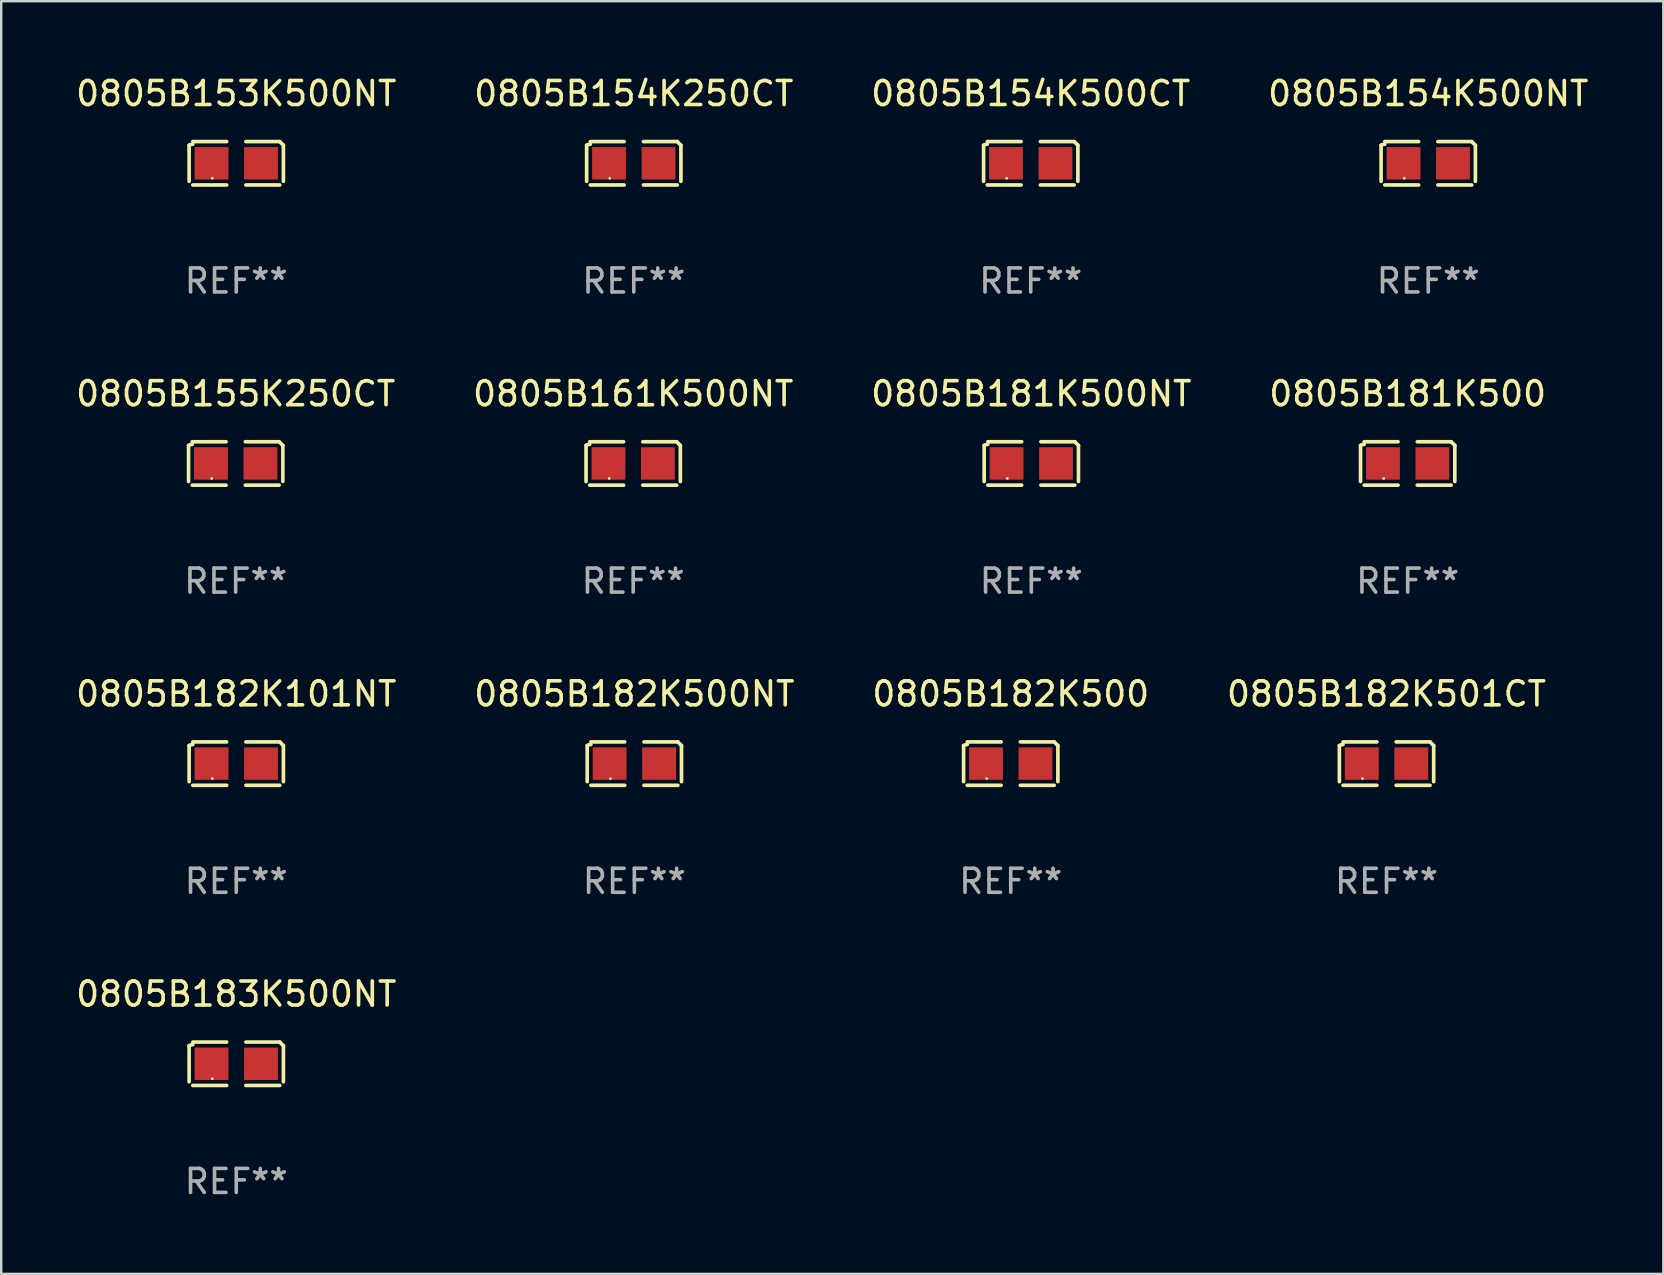
<source format=kicad_pcb>
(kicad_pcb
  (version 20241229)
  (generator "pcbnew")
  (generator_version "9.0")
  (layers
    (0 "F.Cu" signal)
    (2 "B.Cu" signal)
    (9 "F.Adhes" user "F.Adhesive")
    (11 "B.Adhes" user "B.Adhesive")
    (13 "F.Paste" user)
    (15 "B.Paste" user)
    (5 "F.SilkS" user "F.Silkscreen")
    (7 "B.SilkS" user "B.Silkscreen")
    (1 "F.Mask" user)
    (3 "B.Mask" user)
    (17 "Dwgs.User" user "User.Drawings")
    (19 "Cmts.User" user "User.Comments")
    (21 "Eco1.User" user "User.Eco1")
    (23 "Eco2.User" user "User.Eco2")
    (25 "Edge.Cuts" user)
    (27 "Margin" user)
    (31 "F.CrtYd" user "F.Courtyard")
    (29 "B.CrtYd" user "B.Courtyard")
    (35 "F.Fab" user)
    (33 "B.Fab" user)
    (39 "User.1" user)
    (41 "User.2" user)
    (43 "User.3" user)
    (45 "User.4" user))
  (footprint "0805B181K500"
    (layer "F.Cu")
    (at 55.589 16.256)
    (property "Reference" "0805B181K500" (at 0 -2.904 0) (layer "F.SilkS") (effects (font (size 1 1) (thickness 0.15))))
    (attr through_hole)
    (fp_line (start -1.964 0.751) (end -1.964 -0.751) (stroke (width 0.152) (type solid)) (layer "F.SilkS"))
    (fp_line (start -1.811 -0.904) (end -0.401 -0.904) (stroke (width 0.152) (type solid)) (layer "F.SilkS"))
    (fp_line (start -0.401 0.904) (end -1.811 0.904) (stroke (width 0.152) (type solid)) (layer "F.SilkS"))
    (fp_line (start 0.401 0.904) (end 1.811 0.904) (stroke (width 0.152) (type solid)) (layer "F.SilkS"))
    (fp_line (start 1.811 -0.904) (end 0.401 -0.904) (stroke (width 0.152) (type solid)) (layer "F.SilkS"))
    (fp_line (start 1.964 0.751) (end 1.964 -0.751) (stroke (width 0.152) (type solid)) (layer "F.SilkS"))
    (fp_arc (start -1.963602 -0.751207) (mid -1.890354 -0.783131) (end -1.811201 -0.794044) (stroke (width 0.1524) (type solid)) (layer "F.SilkS"))
    (fp_arc (start 1.811202 -0.903607) (mid 1.887413 -0.827418) (end 1.963602 -0.751207) (stroke (width 0.1524) (type solid)) (layer "F.SilkS"))
    (fp_circle (center -1 0.625) (end -0.97 0.625) (stroke (width 0.06) (type solid)) (fill no) (layer "F.SilkS"))
    (fp_text user "REF**" (at 0 4.904 0) (layer "F.Fab") (effects (font (size 1 1) (thickness 0.15))))
    (pad "1" smd rect (at -1.03 0) (size 1.41 1.35) (layers "F.Cu" "F.Mask" "F.Paste"))
    (pad "2" smd rect (at 1.03 0) (size 1.41 1.35) (layers "F.Cu" "F.Mask" "F.Paste")))
  (footprint "0805B154K500CT"
    (layer "F.Cu")
    (at 39.887 3.752)
    (property "Reference" "0805B154K500CT" (at 0 -2.904 0) (layer "F.SilkS") (effects (font (size 1 1) (thickness 0.15))))
    (attr through_hole)
    (fp_line (start -1.964 0.751) (end -1.964 -0.751) (stroke (width 0.152) (type solid)) (layer "F.SilkS"))
    (fp_line (start -1.811 -0.904) (end -0.401 -0.904) (stroke (width 0.152) (type solid)) (layer "F.SilkS"))
    (fp_line (start -0.401 0.904) (end -1.811 0.904) (stroke (width 0.152) (type solid)) (layer "F.SilkS"))
    (fp_line (start 0.401 0.904) (end 1.811 0.904) (stroke (width 0.152) (type solid)) (layer "F.SilkS"))
    (fp_line (start 1.811 -0.904) (end 0.401 -0.904) (stroke (width 0.152) (type solid)) (layer "F.SilkS"))
    (fp_line (start 1.964 0.751) (end 1.964 -0.751) (stroke (width 0.152) (type solid)) (layer "F.SilkS"))
    (fp_arc (start -1.963602 -0.751207) (mid -1.890354 -0.783131) (end -1.811201 -0.794044) (stroke (width 0.1524) (type solid)) (layer "F.SilkS"))
    (fp_arc (start 1.811202 -0.903607) (mid 1.887413 -0.827418) (end 1.963602 -0.751207) (stroke (width 0.1524) (type solid)) (layer "F.SilkS"))
    (fp_circle (center -1 0.625) (end -0.97 0.625) (stroke (width 0.06) (type solid)) (fill no) (layer "F.SilkS"))
    (fp_text user "REF**" (at 0 4.904 0) (layer "F.Fab") (effects (font (size 1 1) (thickness 0.15))))
    (pad "1" smd rect (at -1.03 0) (size 1.41 1.35) (layers "F.Cu" "F.Mask" "F.Paste"))
    (pad "2" smd rect (at 1.03 0) (size 1.41 1.35) (layers "F.Cu" "F.Mask" "F.Paste")))
  (footprint "0805B182K101NT"
    (layer "F.Cu")
    (at 6.792 28.759)
    (property "Reference" "0805B182K101NT" (at 0 -2.904 0) (layer "F.SilkS") (effects (font (size 1 1) (thickness 0.15))))
    (attr through_hole)
    (fp_line (start -1.964 0.751) (end -1.964 -0.751) (stroke (width 0.152) (type solid)) (layer "F.SilkS"))
    (fp_line (start -1.811 -0.904) (end -0.401 -0.904) (stroke (width 0.152) (type solid)) (layer "F.SilkS"))
    (fp_line (start -0.401 0.904) (end -1.811 0.904) (stroke (width 0.152) (type solid)) (layer "F.SilkS"))
    (fp_line (start 0.401 0.904) (end 1.811 0.904) (stroke (width 0.152) (type solid)) (layer "F.SilkS"))
    (fp_line (start 1.811 -0.904) (end 0.401 -0.904) (stroke (width 0.152) (type solid)) (layer "F.SilkS"))
    (fp_line (start 1.964 0.751) (end 1.964 -0.751) (stroke (width 0.152) (type solid)) (layer "F.SilkS"))
    (fp_arc (start -1.963602 -0.751207) (mid -1.890354 -0.783131) (end -1.811201 -0.794044) (stroke (width 0.1524) (type solid)) (layer "F.SilkS"))
    (fp_arc (start 1.811202 -0.903607) (mid 1.887413 -0.827418) (end 1.963602 -0.751207) (stroke (width 0.1524) (type solid)) (layer "F.SilkS"))
    (fp_circle (center -1 0.625) (end -0.97 0.625) (stroke (width 0.06) (type solid)) (fill no) (layer "F.SilkS"))
    (fp_text user "REF**" (at 0 4.904 0) (layer "F.Fab") (effects (font (size 1 1) (thickness 0.15))))
    (pad "1" smd rect (at -1.03 0) (size 1.41 1.35) (layers "F.Cu" "F.Mask" "F.Paste"))
    (pad "2" smd rect (at 1.03 0) (size 1.41 1.35) (layers "F.Cu" "F.Mask" "F.Paste")))
  (footprint "0805B154K500NT"
    (layer "F.Cu")
    (at 56.446 3.752)
    (property "Reference" "0805B154K500NT" (at 0 -2.904 0) (layer "F.SilkS") (effects (font (size 1 1) (thickness 0.15))))
    (attr through_hole)
    (fp_line (start -1.964 0.751) (end -1.964 -0.751) (stroke (width 0.152) (type solid)) (layer "F.SilkS"))
    (fp_line (start -1.811 -0.904) (end -0.401 -0.904) (stroke (width 0.152) (type solid)) (layer "F.SilkS"))
    (fp_line (start -0.401 0.904) (end -1.811 0.904) (stroke (width 0.152) (type solid)) (layer "F.SilkS"))
    (fp_line (start 0.401 0.904) (end 1.811 0.904) (stroke (width 0.152) (type solid)) (layer "F.SilkS"))
    (fp_line (start 1.811 -0.904) (end 0.401 -0.904) (stroke (width 0.152) (type solid)) (layer "F.SilkS"))
    (fp_line (start 1.964 0.751) (end 1.964 -0.751) (stroke (width 0.152) (type solid)) (layer "F.SilkS"))
    (fp_arc (start -1.963602 -0.751207) (mid -1.890354 -0.783131) (end -1.811201 -0.794044) (stroke (width 0.1524) (type solid)) (layer "F.SilkS"))
    (fp_arc (start 1.811202 -0.903607) (mid 1.887413 -0.827418) (end 1.963602 -0.751207) (stroke (width 0.1524) (type solid)) (layer "F.SilkS"))
    (fp_circle (center -1 0.625) (end -0.97 0.625) (stroke (width 0.06) (type solid)) (fill no) (layer "F.SilkS"))
    (fp_text user "REF**" (at 0 4.904 0) (layer "F.Fab") (effects (font (size 1 1) (thickness 0.15))))
    (pad "1" smd rect (at -1.03 0) (size 1.41 1.35) (layers "F.Cu" "F.Mask" "F.Paste"))
    (pad "2" smd rect (at 1.03 0) (size 1.41 1.35) (layers "F.Cu" "F.Mask" "F.Paste")))
  (footprint "0805B161K500NT"
    (layer "F.Cu")
    (at 23.327 16.256)
    (property "Reference" "0805B161K500NT" (at 0 -2.904 0) (layer "F.SilkS") (effects (font (size 1 1) (thickness 0.15))))
    (attr through_hole)
    (fp_line (start -1.964 0.751) (end -1.964 -0.751) (stroke (width 0.152) (type solid)) (layer "F.SilkS"))
    (fp_line (start -1.811 -0.904) (end -0.401 -0.904) (stroke (width 0.152) (type solid)) (layer "F.SilkS"))
    (fp_line (start -0.401 0.904) (end -1.811 0.904) (stroke (width 0.152) (type solid)) (layer "F.SilkS"))
    (fp_line (start 0.401 0.904) (end 1.811 0.904) (stroke (width 0.152) (type solid)) (layer "F.SilkS"))
    (fp_line (start 1.811 -0.904) (end 0.401 -0.904) (stroke (width 0.152) (type solid)) (layer "F.SilkS"))
    (fp_line (start 1.964 0.751) (end 1.964 -0.751) (stroke (width 0.152) (type solid)) (layer "F.SilkS"))
    (fp_arc (start -1.963602 -0.751207) (mid -1.890354 -0.783131) (end -1.811201 -0.794044) (stroke (width 0.1524) (type solid)) (layer "F.SilkS"))
    (fp_arc (start 1.811202 -0.903607) (mid 1.887413 -0.827418) (end 1.963602 -0.751207) (stroke (width 0.1524) (type solid)) (layer "F.SilkS"))
    (fp_circle (center -1 0.625) (end -0.97 0.625) (stroke (width 0.06) (type solid)) (fill no) (layer "F.SilkS"))
    (fp_text user "REF**" (at 0 4.904 0) (layer "F.Fab") (effects (font (size 1 1) (thickness 0.15))))
    (pad "1" smd rect (at -1.03 0) (size 1.41 1.35) (layers "F.Cu" "F.Mask" "F.Paste"))
    (pad "2" smd rect (at 1.03 0) (size 1.41 1.35) (layers "F.Cu" "F.Mask" "F.Paste")))
  (footprint "0805B154K250CT"
    (layer "F.Cu")
    (at 23.351 3.752)
    (property "Reference" "0805B154K250CT" (at 0 -2.904 0) (layer "F.SilkS") (effects (font (size 1 1) (thickness 0.15))))
    (attr through_hole)
    (fp_line (start -1.964 0.751) (end -1.964 -0.751) (stroke (width 0.152) (type solid)) (layer "F.SilkS"))
    (fp_line (start -1.811 -0.904) (end -0.401 -0.904) (stroke (width 0.152) (type solid)) (layer "F.SilkS"))
    (fp_line (start -0.401 0.904) (end -1.811 0.904) (stroke (width 0.152) (type solid)) (layer "F.SilkS"))
    (fp_line (start 0.401 0.904) (end 1.811 0.904) (stroke (width 0.152) (type solid)) (layer "F.SilkS"))
    (fp_line (start 1.811 -0.904) (end 0.401 -0.904) (stroke (width 0.152) (type solid)) (layer "F.SilkS"))
    (fp_line (start 1.964 0.751) (end 1.964 -0.751) (stroke (width 0.152) (type solid)) (layer "F.SilkS"))
    (fp_arc (start -1.963602 -0.751207) (mid -1.890354 -0.783131) (end -1.811201 -0.794044) (stroke (width 0.1524) (type solid)) (layer "F.SilkS"))
    (fp_arc (start 1.811202 -0.903607) (mid 1.887413 -0.827418) (end 1.963602 -0.751207) (stroke (width 0.1524) (type solid)) (layer "F.SilkS"))
    (fp_circle (center -1 0.625) (end -0.97 0.625) (stroke (width 0.06) (type solid)) (fill no) (layer "F.SilkS"))
    (fp_text user "REF**" (at 0 4.904 0) (layer "F.Fab") (effects (font (size 1 1) (thickness 0.15))))
    (pad "1" smd rect (at -1.03 0) (size 1.41 1.35) (layers "F.Cu" "F.Mask" "F.Paste"))
    (pad "2" smd rect (at 1.03 0) (size 1.41 1.35) (layers "F.Cu" "F.Mask" "F.Paste")))
  (footprint "0805B182K501CT"
    (layer "F.Cu")
    (at 54.708 28.759)
    (property "Reference" "0805B182K501CT" (at 0 -2.904 0) (layer "F.SilkS") (effects (font (size 1 1) (thickness 0.15))))
    (attr through_hole)
    (fp_line (start -1.964 0.751) (end -1.964 -0.751) (stroke (width 0.152) (type solid)) (layer "F.SilkS"))
    (fp_line (start -1.811 -0.904) (end -0.401 -0.904) (stroke (width 0.152) (type solid)) (layer "F.SilkS"))
    (fp_line (start -0.401 0.904) (end -1.811 0.904) (stroke (width 0.152) (type solid)) (layer "F.SilkS"))
    (fp_line (start 0.401 0.904) (end 1.811 0.904) (stroke (width 0.152) (type solid)) (layer "F.SilkS"))
    (fp_line (start 1.811 -0.904) (end 0.401 -0.904) (stroke (width 0.152) (type solid)) (layer "F.SilkS"))
    (fp_line (start 1.964 0.751) (end 1.964 -0.751) (stroke (width 0.152) (type solid)) (layer "F.SilkS"))
    (fp_arc (start -1.963602 -0.751207) (mid -1.890354 -0.783131) (end -1.811201 -0.794044) (stroke (width 0.1524) (type solid)) (layer "F.SilkS"))
    (fp_arc (start 1.811202 -0.903607) (mid 1.887413 -0.827418) (end 1.963602 -0.751207) (stroke (width 0.1524) (type solid)) (layer "F.SilkS"))
    (fp_circle (center -1 0.625) (end -0.97 0.625) (stroke (width 0.06) (type solid)) (fill no) (layer "F.SilkS"))
    (fp_text user "REF**" (at 0 4.904 0) (layer "F.Fab") (effects (font (size 1 1) (thickness 0.15))))
    (pad "1" smd rect (at -1.03 0) (size 1.41 1.35) (layers "F.Cu" "F.Mask" "F.Paste"))
    (pad "2" smd rect (at 1.03 0) (size 1.41 1.35) (layers "F.Cu" "F.Mask" "F.Paste")))
  (footprint "0805B153K500NT"
    (layer "F.Cu")
    (at 6.792 3.752)
    (property "Reference" "0805B153K500NT" (at 0 -2.904 0) (layer "F.SilkS") (effects (font (size 1 1) (thickness 0.15))))
    (attr through_hole)
    (fp_line (start -1.964 0.751) (end -1.964 -0.751) (stroke (width 0.152) (type solid)) (layer "F.SilkS"))
    (fp_line (start -1.811 -0.904) (end -0.401 -0.904) (stroke (width 0.152) (type solid)) (layer "F.SilkS"))
    (fp_line (start -0.401 0.904) (end -1.811 0.904) (stroke (width 0.152) (type solid)) (layer "F.SilkS"))
    (fp_line (start 0.401 0.904) (end 1.811 0.904) (stroke (width 0.152) (type solid)) (layer "F.SilkS"))
    (fp_line (start 1.811 -0.904) (end 0.401 -0.904) (stroke (width 0.152) (type solid)) (layer "F.SilkS"))
    (fp_line (start 1.964 0.751) (end 1.964 -0.751) (stroke (width 0.152) (type solid)) (layer "F.SilkS"))
    (fp_arc (start -1.963602 -0.751207) (mid -1.890354 -0.783131) (end -1.811201 -0.794044) (stroke (width 0.1524) (type solid)) (layer "F.SilkS"))
    (fp_arc (start 1.811202 -0.903607) (mid 1.887413 -0.827418) (end 1.963602 -0.751207) (stroke (width 0.1524) (type solid)) (layer "F.SilkS"))
    (fp_circle (center -1 0.625) (end -0.97 0.625) (stroke (width 0.06) (type solid)) (fill no) (layer "F.SilkS"))
    (fp_text user "REF**" (at 0 4.904 0) (layer "F.Fab") (effects (font (size 1 1) (thickness 0.15))))
    (pad "1" smd rect (at -1.03 0) (size 1.41 1.35) (layers "F.Cu" "F.Mask" "F.Paste"))
    (pad "2" smd rect (at 1.03 0) (size 1.41 1.35) (layers "F.Cu" "F.Mask" "F.Paste")))
  (footprint "0805B181K500NT"
    (layer "F.Cu")
    (at 39.911 16.256)
    (property "Reference" "0805B181K500NT" (at 0 -2.904 0) (layer "F.SilkS") (effects (font (size 1 1) (thickness 0.15))))
    (attr through_hole)
    (fp_line (start -1.964 0.751) (end -1.964 -0.751) (stroke (width 0.152) (type solid)) (layer "F.SilkS"))
    (fp_line (start -1.811 -0.904) (end -0.401 -0.904) (stroke (width 0.152) (type solid)) (layer "F.SilkS"))
    (fp_line (start -0.401 0.904) (end -1.811 0.904) (stroke (width 0.152) (type solid)) (layer "F.SilkS"))
    (fp_line (start 0.401 0.904) (end 1.811 0.904) (stroke (width 0.152) (type solid)) (layer "F.SilkS"))
    (fp_line (start 1.811 -0.904) (end 0.401 -0.904) (stroke (width 0.152) (type solid)) (layer "F.SilkS"))
    (fp_line (start 1.964 0.751) (end 1.964 -0.751) (stroke (width 0.152) (type solid)) (layer "F.SilkS"))
    (fp_arc (start -1.963602 -0.751207) (mid -1.890354 -0.783131) (end -1.811201 -0.794044) (stroke (width 0.1524) (type solid)) (layer "F.SilkS"))
    (fp_arc (start 1.811202 -0.903607) (mid 1.887413 -0.827418) (end 1.963602 -0.751207) (stroke (width 0.1524) (type solid)) (layer "F.SilkS"))
    (fp_circle (center -1 0.625) (end -0.97 0.625) (stroke (width 0.06) (type solid)) (fill no) (layer "F.SilkS"))
    (fp_text user "REF**" (at 0 4.904 0) (layer "F.Fab") (effects (font (size 1 1) (thickness 0.15))))
    (pad "1" smd rect (at -1.03 0) (size 1.41 1.35) (layers "F.Cu" "F.Mask" "F.Paste"))
    (pad "2" smd rect (at 1.03 0) (size 1.41 1.35) (layers "F.Cu" "F.Mask" "F.Paste")))
  (footprint "0805B183K500NT"
    (layer "F.Cu")
    (at 6.792 41.263)
    (property "Reference" "0805B183K500NT" (at 0 -2.904 0) (layer "F.SilkS") (effects (font (size 1 1) (thickness 0.15))))
    (attr through_hole)
    (fp_line (start -1.964 0.751) (end -1.964 -0.751) (stroke (width 0.152) (type solid)) (layer "F.SilkS"))
    (fp_line (start -1.811 -0.904) (end -0.401 -0.904) (stroke (width 0.152) (type solid)) (layer "F.SilkS"))
    (fp_line (start -0.401 0.904) (end -1.811 0.904) (stroke (width 0.152) (type solid)) (layer "F.SilkS"))
    (fp_line (start 0.401 0.904) (end 1.811 0.904) (stroke (width 0.152) (type solid)) (layer "F.SilkS"))
    (fp_line (start 1.811 -0.904) (end 0.401 -0.904) (stroke (width 0.152) (type solid)) (layer "F.SilkS"))
    (fp_line (start 1.964 0.751) (end 1.964 -0.751) (stroke (width 0.152) (type solid)) (layer "F.SilkS"))
    (fp_arc (start -1.963602 -0.751207) (mid -1.890354 -0.783131) (end -1.811201 -0.794044) (stroke (width 0.1524) (type solid)) (layer "F.SilkS"))
    (fp_arc (start 1.811202 -0.903607) (mid 1.887413 -0.827418) (end 1.963602 -0.751207) (stroke (width 0.1524) (type solid)) (layer "F.SilkS"))
    (fp_circle (center -1 0.625) (end -0.97 0.625) (stroke (width 0.06) (type solid)) (fill no) (layer "F.SilkS"))
    (fp_text user "REF**" (at 0 4.904 0) (layer "F.Fab") (effects (font (size 1 1) (thickness 0.15))))
    (pad "1" smd rect (at -1.03 0) (size 1.41 1.35) (layers "F.Cu" "F.Mask" "F.Paste"))
    (pad "2" smd rect (at 1.03 0) (size 1.41 1.35) (layers "F.Cu" "F.Mask" "F.Paste")))
  (footprint "0805B182K500NT"
    (layer "F.Cu")
    (at 23.375 28.759)
    (property "Reference" "0805B182K500NT" (at 0 -2.904 0) (layer "F.SilkS") (effects (font (size 1 1) (thickness 0.15))))
    (attr through_hole)
    (fp_line (start -1.964 0.751) (end -1.964 -0.751) (stroke (width 0.152) (type solid)) (layer "F.SilkS"))
    (fp_line (start -1.811 -0.904) (end -0.401 -0.904) (stroke (width 0.152) (type solid)) (layer "F.SilkS"))
    (fp_line (start -0.401 0.904) (end -1.811 0.904) (stroke (width 0.152) (type solid)) (layer "F.SilkS"))
    (fp_line (start 0.401 0.904) (end 1.811 0.904) (stroke (width 0.152) (type solid)) (layer "F.SilkS"))
    (fp_line (start 1.811 -0.904) (end 0.401 -0.904) (stroke (width 0.152) (type solid)) (layer "F.SilkS"))
    (fp_line (start 1.964 0.751) (end 1.964 -0.751) (stroke (width 0.152) (type solid)) (layer "F.SilkS"))
    (fp_arc (start -1.963602 -0.751207) (mid -1.890354 -0.783131) (end -1.811201 -0.794044) (stroke (width 0.1524) (type solid)) (layer "F.SilkS"))
    (fp_arc (start 1.811202 -0.903607) (mid 1.887413 -0.827418) (end 1.963602 -0.751207) (stroke (width 0.1524) (type solid)) (layer "F.SilkS"))
    (fp_circle (center -1 0.625) (end -0.97 0.625) (stroke (width 0.06) (type solid)) (fill no) (layer "F.SilkS"))
    (fp_text user "REF**" (at 0 4.904 0) (layer "F.Fab") (effects (font (size 1 1) (thickness 0.15))))
    (pad "1" smd rect (at -1.03 0) (size 1.41 1.35) (layers "F.Cu" "F.Mask" "F.Paste"))
    (pad "2" smd rect (at 1.03 0) (size 1.41 1.35) (layers "F.Cu" "F.Mask" "F.Paste")))
  (footprint "0805B182K500"
    (layer "F.Cu")
    (at 39.054 28.759)
    (property "Reference" "0805B182K500" (at 0 -2.904 0) (layer "F.SilkS") (effects (font (size 1 1) (thickness 0.15))))
    (attr through_hole)
    (fp_line (start -1.964 0.751) (end -1.964 -0.751) (stroke (width 0.152) (type solid)) (layer "F.SilkS"))
    (fp_line (start -1.811 -0.904) (end -0.401 -0.904) (stroke (width 0.152) (type solid)) (layer "F.SilkS"))
    (fp_line (start -0.401 0.904) (end -1.811 0.904) (stroke (width 0.152) (type solid)) (layer "F.SilkS"))
    (fp_line (start 0.401 0.904) (end 1.811 0.904) (stroke (width 0.152) (type solid)) (layer "F.SilkS"))
    (fp_line (start 1.811 -0.904) (end 0.401 -0.904) (stroke (width 0.152) (type solid)) (layer "F.SilkS"))
    (fp_line (start 1.964 0.751) (end 1.964 -0.751) (stroke (width 0.152) (type solid)) (layer "F.SilkS"))
    (fp_arc (start -1.963602 -0.751207) (mid -1.890354 -0.783131) (end -1.811201 -0.794044) (stroke (width 0.1524) (type solid)) (layer "F.SilkS"))
    (fp_arc (start 1.811202 -0.903607) (mid 1.887413 -0.827418) (end 1.963602 -0.751207) (stroke (width 0.1524) (type solid)) (layer "F.SilkS"))
    (fp_circle (center -1 0.625) (end -0.97 0.625) (stroke (width 0.06) (type solid)) (fill no) (layer "F.SilkS"))
    (fp_text user "REF**" (at 0 4.904 0) (layer "F.Fab") (effects (font (size 1 1) (thickness 0.15))))
    (pad "1" smd rect (at -1.03 0) (size 1.41 1.35) (layers "F.Cu" "F.Mask" "F.Paste"))
    (pad "2" smd rect (at 1.03 0) (size 1.41 1.35) (layers "F.Cu" "F.Mask" "F.Paste")))
  (footprint "0805B155K250CT"
    (layer "F.Cu")
    (at 6.768 16.256)
    (property "Reference" "0805B155K250CT" (at 0 -2.904 0) (layer "F.SilkS") (effects (font (size 1 1) (thickness 0.15))))
    (attr through_hole)
    (fp_line (start -1.964 0.751) (end -1.964 -0.751) (stroke (width 0.152) (type solid)) (layer "F.SilkS"))
    (fp_line (start -1.811 -0.904) (end -0.401 -0.904) (stroke (width 0.152) (type solid)) (layer "F.SilkS"))
    (fp_line (start -0.401 0.904) (end -1.811 0.904) (stroke (width 0.152) (type solid)) (layer "F.SilkS"))
    (fp_line (start 0.401 0.904) (end 1.811 0.904) (stroke (width 0.152) (type solid)) (layer "F.SilkS"))
    (fp_line (start 1.811 -0.904) (end 0.401 -0.904) (stroke (width 0.152) (type solid)) (layer "F.SilkS"))
    (fp_line (start 1.964 0.751) (end 1.964 -0.751) (stroke (width 0.152) (type solid)) (layer "F.SilkS"))
    (fp_arc (start -1.963602 -0.751207) (mid -1.890354 -0.783131) (end -1.811201 -0.794044) (stroke (width 0.1524) (type solid)) (layer "F.SilkS"))
    (fp_arc (start 1.811202 -0.903607) (mid 1.887413 -0.827418) (end 1.963602 -0.751207) (stroke (width 0.1524) (type solid)) (layer "F.SilkS"))
    (fp_circle (center -1 0.625) (end -0.97 0.625) (stroke (width 0.06) (type solid)) (fill no) (layer "F.SilkS"))
    (fp_text user "REF**" (at 0 4.904 0) (layer "F.Fab") (effects (font (size 1 1) (thickness 0.15))))
    (pad "1" smd rect (at -1.03 0) (size 1.41 1.35) (layers "F.Cu" "F.Mask" "F.Paste"))
    (pad "2" smd rect (at 1.03 0) (size 1.41 1.35) (layers "F.Cu" "F.Mask" "F.Paste")))
  (gr_rect
    (start -3 -3)
    (end 66.238 50.015)
    (stroke (width 0.1) (type default))
    (fill no)
    (layer "Edge.Cuts")))
</source>
